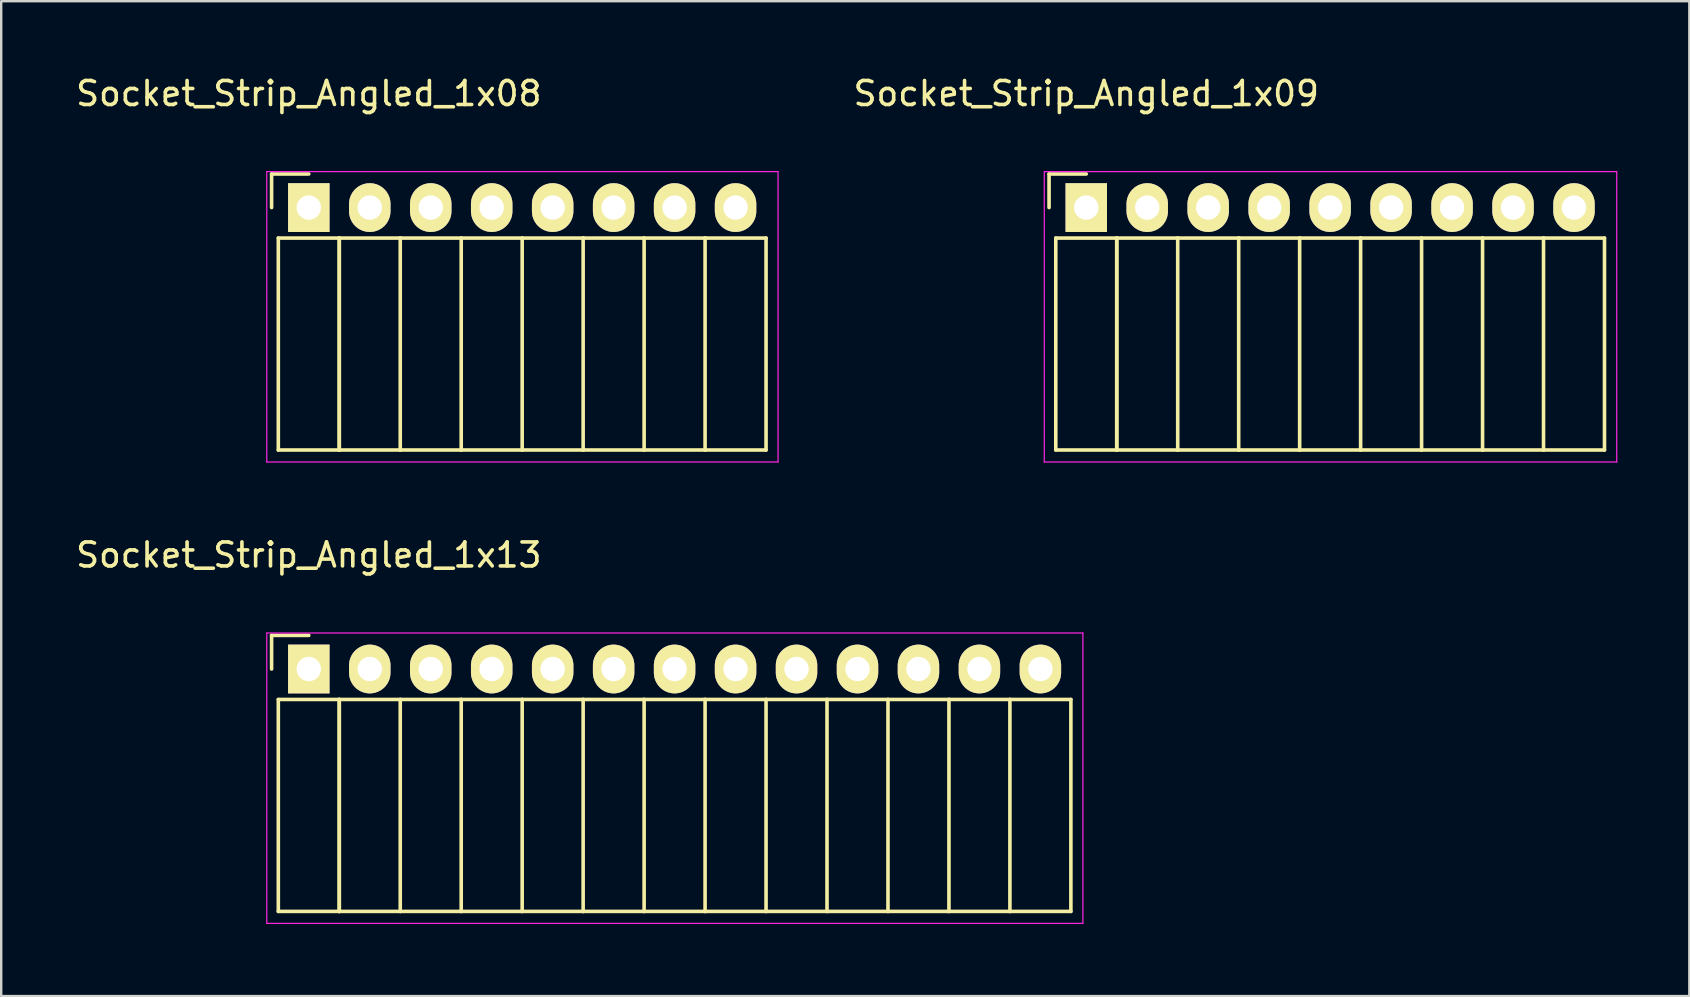
<source format=kicad_pcb>
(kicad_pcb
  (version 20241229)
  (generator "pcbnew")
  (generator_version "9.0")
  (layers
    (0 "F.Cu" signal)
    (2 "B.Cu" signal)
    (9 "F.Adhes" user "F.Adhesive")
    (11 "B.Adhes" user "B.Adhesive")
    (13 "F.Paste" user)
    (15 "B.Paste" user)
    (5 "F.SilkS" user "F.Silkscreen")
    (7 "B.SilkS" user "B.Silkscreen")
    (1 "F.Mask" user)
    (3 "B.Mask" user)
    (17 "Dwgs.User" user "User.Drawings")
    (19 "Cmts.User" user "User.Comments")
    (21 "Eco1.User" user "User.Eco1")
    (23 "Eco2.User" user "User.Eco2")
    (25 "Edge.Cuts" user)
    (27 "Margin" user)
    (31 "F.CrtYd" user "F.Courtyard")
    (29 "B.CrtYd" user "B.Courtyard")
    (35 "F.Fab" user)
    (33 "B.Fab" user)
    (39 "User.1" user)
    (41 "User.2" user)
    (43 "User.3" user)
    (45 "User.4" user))
  (footprint "Socket_Strip_Angled_1x09"
    (layer "F.Cu")
    (at 42.206 5.598)
    (property "Reference" "Socket_Strip_Angled_1x09" (at 0 -4.75 0) (layer "F.SilkS") (effects (font (size 1 1) (thickness 0.15))))
    (attr through_hole)
    (fp_line (start -1.55 -1.4) (end -1.55 0) (stroke (width 0.15) (type solid)) (layer "F.SilkS"))
    (fp_line (start -1.27 1.27) (end -1.27 10.1) (stroke (width 0.15) (type solid)) (layer "F.SilkS"))
    (fp_line (start -1.27 1.27) (end 1.27 1.27) (stroke (width 0.15) (type solid)) (layer "F.SilkS"))
    (fp_line (start -1.27 10.1) (end 1.27 10.1) (stroke (width 0.15) (type solid)) (layer "F.SilkS"))
    (fp_line (start 0 -1.4) (end -1.55 -1.4) (stroke (width 0.15) (type solid)) (layer "F.SilkS"))
    (fp_line (start 1.27 1.27) (end 1.27 10.1) (stroke (width 0.15) (type solid)) (layer "F.SilkS"))
    (fp_line (start 1.27 1.27) (end 3.81 1.27) (stroke (width 0.15) (type solid)) (layer "F.SilkS"))
    (fp_line (start 1.27 10.1) (end 1.27 1.27) (stroke (width 0.15) (type solid)) (layer "F.SilkS"))
    (fp_line (start 1.27 10.1) (end 3.81 10.1) (stroke (width 0.15) (type solid)) (layer "F.SilkS"))
    (fp_line (start 3.81 1.27) (end 6.35 1.27) (stroke (width 0.15) (type solid)) (layer "F.SilkS"))
    (fp_line (start 3.81 10.1) (end 3.81 1.27) (stroke (width 0.15) (type solid)) (layer "F.SilkS"))
    (fp_line (start 3.81 10.1) (end 6.35 10.1) (stroke (width 0.15) (type solid)) (layer "F.SilkS"))
    (fp_line (start 6.35 1.27) (end 8.89 1.27) (stroke (width 0.15) (type solid)) (layer "F.SilkS"))
    (fp_line (start 6.35 10.1) (end 6.35 1.27) (stroke (width 0.15) (type solid)) (layer "F.SilkS"))
    (fp_line (start 6.35 10.1) (end 8.89 10.1) (stroke (width 0.15) (type solid)) (layer "F.SilkS"))
    (fp_line (start 8.89 1.27) (end 11.43 1.27) (stroke (width 0.15) (type solid)) (layer "F.SilkS"))
    (fp_line (start 8.89 10.1) (end 8.89 1.27) (stroke (width 0.15) (type solid)) (layer "F.SilkS"))
    (fp_line (start 8.89 10.1) (end 11.43 10.1) (stroke (width 0.15) (type solid)) (layer "F.SilkS"))
    (fp_line (start 11.43 1.27) (end 13.97 1.27) (stroke (width 0.15) (type solid)) (layer "F.SilkS"))
    (fp_line (start 11.43 10.1) (end 11.43 1.27) (stroke (width 0.15) (type solid)) (layer "F.SilkS"))
    (fp_line (start 11.43 10.1) (end 13.97 10.1) (stroke (width 0.15) (type solid)) (layer "F.SilkS"))
    (fp_line (start 13.97 1.27) (end 16.51 1.27) (stroke (width 0.15) (type solid)) (layer "F.SilkS"))
    (fp_line (start 13.97 10.1) (end 13.97 1.27) (stroke (width 0.15) (type solid)) (layer "F.SilkS"))
    (fp_line (start 13.97 10.1) (end 16.51 10.1) (stroke (width 0.15) (type solid)) (layer "F.SilkS"))
    (fp_line (start 16.51 1.27) (end 19.05 1.27) (stroke (width 0.15) (type solid)) (layer "F.SilkS"))
    (fp_line (start 16.51 10.1) (end 16.51 1.27) (stroke (width 0.15) (type solid)) (layer "F.SilkS"))
    (fp_line (start 16.51 10.1) (end 19.05 10.1) (stroke (width 0.15) (type solid)) (layer "F.SilkS"))
    (fp_line (start 19.05 1.27) (end 21.59 1.27) (stroke (width 0.15) (type solid)) (layer "F.SilkS"))
    (fp_line (start 19.05 10.1) (end 19.05 1.27) (stroke (width 0.15) (type solid)) (layer "F.SilkS"))
    (fp_line (start 19.05 10.1) (end 21.59 10.1) (stroke (width 0.15) (type solid)) (layer "F.SilkS"))
    (fp_line (start 21.59 10.1) (end 21.59 1.27) (stroke (width 0.15) (type solid)) (layer "F.SilkS"))
    (fp_line (start -1.75 -1.5) (end -1.75 10.6) (stroke (width 0.05) (type solid)) (layer "F.CrtYd"))
    (fp_line (start -1.75 -1.5) (end 22.1 -1.5) (stroke (width 0.05) (type solid)) (layer "F.CrtYd"))
    (fp_line (start -1.75 10.6) (end 22.1 10.6) (stroke (width 0.05) (type solid)) (layer "F.CrtYd"))
    (fp_line (start 22.1 -1.5) (end 22.1 10.6) (stroke (width 0.05) (type solid)) (layer "F.CrtYd"))
    (pad "1" thru_hole rect (at 0 0) (size 1.727 2.032) (drill 1.016) (layers "*.Cu" "*.Mask" "F.SilkS"))
    (pad "2" thru_hole oval (at 2.54 0) (size 1.727 2.032) (drill 1.016) (layers "*.Cu" "*.Mask" "F.SilkS"))
    (pad "3" thru_hole oval (at 5.08 0) (size 1.727 2.032) (drill 1.016) (layers "*.Cu" "*.Mask" "F.SilkS"))
    (pad "4" thru_hole oval (at 7.62 0) (size 1.727 2.032) (drill 1.016) (layers "*.Cu" "*.Mask" "F.SilkS"))
    (pad "5" thru_hole oval (at 10.16 0) (size 1.727 2.032) (drill 1.016) (layers "*.Cu" "*.Mask" "F.SilkS"))
    (pad "6" thru_hole oval (at 12.7 0) (size 1.727 2.032) (drill 1.016) (layers "*.Cu" "*.Mask" "F.SilkS"))
    (pad "7" thru_hole oval (at 15.24 0) (size 1.727 2.032) (drill 1.016) (layers "*.Cu" "*.Mask" "F.SilkS"))
    (pad "8" thru_hole oval (at 17.78 0) (size 1.727 2.032) (drill 1.016) (layers "*.Cu" "*.Mask" "F.SilkS"))
    (pad "9" thru_hole oval (at 20.32 0) (size 1.727 2.032) (drill 1.016) (layers "*.Cu" "*.Mask" "F.SilkS")))
  (footprint "Socket_Strip_Angled_1x13"
    (layer "F.Cu")
    (at 9.815 24.822)
    (property "Reference" "Socket_Strip_Angled_1x13" (at 0 -4.75 0) (layer "F.SilkS") (effects (font (size 1 1) (thickness 0.15))))
    (attr through_hole)
    (fp_line (start -1.55 -1.4) (end -1.55 0) (stroke (width 0.15) (type solid)) (layer "F.SilkS"))
    (fp_line (start -1.27 1.27) (end -1.27 10.1) (stroke (width 0.15) (type solid)) (layer "F.SilkS"))
    (fp_line (start -1.27 1.27) (end 1.27 1.27) (stroke (width 0.15) (type solid)) (layer "F.SilkS"))
    (fp_line (start -1.27 10.1) (end 1.27 10.1) (stroke (width 0.15) (type solid)) (layer "F.SilkS"))
    (fp_line (start 0 -1.4) (end -1.55 -1.4) (stroke (width 0.15) (type solid)) (layer "F.SilkS"))
    (fp_line (start 1.27 1.27) (end 1.27 10.1) (stroke (width 0.15) (type solid)) (layer "F.SilkS"))
    (fp_line (start 1.27 1.27) (end 3.81 1.27) (stroke (width 0.15) (type solid)) (layer "F.SilkS"))
    (fp_line (start 1.27 10.1) (end 1.27 1.27) (stroke (width 0.15) (type solid)) (layer "F.SilkS"))
    (fp_line (start 1.27 10.1) (end 3.81 10.1) (stroke (width 0.15) (type solid)) (layer "F.SilkS"))
    (fp_line (start 3.81 1.27) (end 6.35 1.27) (stroke (width 0.15) (type solid)) (layer "F.SilkS"))
    (fp_line (start 3.81 10.1) (end 3.81 1.27) (stroke (width 0.15) (type solid)) (layer "F.SilkS"))
    (fp_line (start 3.81 10.1) (end 6.35 10.1) (stroke (width 0.15) (type solid)) (layer "F.SilkS"))
    (fp_line (start 6.35 1.27) (end 8.89 1.27) (stroke (width 0.15) (type solid)) (layer "F.SilkS"))
    (fp_line (start 6.35 10.1) (end 6.35 1.27) (stroke (width 0.15) (type solid)) (layer "F.SilkS"))
    (fp_line (start 6.35 10.1) (end 8.89 10.1) (stroke (width 0.15) (type solid)) (layer "F.SilkS"))
    (fp_line (start 8.89 1.27) (end 11.43 1.27) (stroke (width 0.15) (type solid)) (layer "F.SilkS"))
    (fp_line (start 8.89 10.1) (end 8.89 1.27) (stroke (width 0.15) (type solid)) (layer "F.SilkS"))
    (fp_line (start 8.89 10.1) (end 11.43 10.1) (stroke (width 0.15) (type solid)) (layer "F.SilkS"))
    (fp_line (start 11.43 1.27) (end 13.97 1.27) (stroke (width 0.15) (type solid)) (layer "F.SilkS"))
    (fp_line (start 11.43 10.1) (end 11.43 1.27) (stroke (width 0.15) (type solid)) (layer "F.SilkS"))
    (fp_line (start 11.43 10.1) (end 13.97 10.1) (stroke (width 0.15) (type solid)) (layer "F.SilkS"))
    (fp_line (start 13.97 1.27) (end 16.51 1.27) (stroke (width 0.15) (type solid)) (layer "F.SilkS"))
    (fp_line (start 13.97 10.1) (end 13.97 1.27) (stroke (width 0.15) (type solid)) (layer "F.SilkS"))
    (fp_line (start 13.97 10.1) (end 16.51 10.1) (stroke (width 0.15) (type solid)) (layer "F.SilkS"))
    (fp_line (start 16.51 1.27) (end 19.05 1.27) (stroke (width 0.15) (type solid)) (layer "F.SilkS"))
    (fp_line (start 16.51 10.1) (end 16.51 1.27) (stroke (width 0.15) (type solid)) (layer "F.SilkS"))
    (fp_line (start 16.51 10.1) (end 19.05 10.1) (stroke (width 0.15) (type solid)) (layer "F.SilkS"))
    (fp_line (start 19.05 1.27) (end 21.59 1.27) (stroke (width 0.15) (type solid)) (layer "F.SilkS"))
    (fp_line (start 19.05 10.1) (end 19.05 1.27) (stroke (width 0.15) (type solid)) (layer "F.SilkS"))
    (fp_line (start 19.05 10.1) (end 21.59 10.1) (stroke (width 0.15) (type solid)) (layer "F.SilkS"))
    (fp_line (start 21.59 1.27) (end 24.13 1.27) (stroke (width 0.15) (type solid)) (layer "F.SilkS"))
    (fp_line (start 21.59 10.1) (end 21.59 1.27) (stroke (width 0.15) (type solid)) (layer "F.SilkS"))
    (fp_line (start 21.59 10.1) (end 24.13 10.1) (stroke (width 0.15) (type solid)) (layer "F.SilkS"))
    (fp_line (start 24.13 1.27) (end 26.67 1.27) (stroke (width 0.15) (type solid)) (layer "F.SilkS"))
    (fp_line (start 24.13 10.1) (end 24.13 1.27) (stroke (width 0.15) (type solid)) (layer "F.SilkS"))
    (fp_line (start 24.13 10.1) (end 26.67 10.1) (stroke (width 0.15) (type solid)) (layer "F.SilkS"))
    (fp_line (start 26.67 1.27) (end 29.21 1.27) (stroke (width 0.15) (type solid)) (layer "F.SilkS"))
    (fp_line (start 26.67 10.1) (end 26.67 1.27) (stroke (width 0.15) (type solid)) (layer "F.SilkS"))
    (fp_line (start 26.67 10.1) (end 29.21 10.1) (stroke (width 0.15) (type solid)) (layer "F.SilkS"))
    (fp_line (start 29.21 1.27) (end 31.75 1.27) (stroke (width 0.15) (type solid)) (layer "F.SilkS"))
    (fp_line (start 29.21 10.1) (end 29.21 1.27) (stroke (width 0.15) (type solid)) (layer "F.SilkS"))
    (fp_line (start 29.21 10.1) (end 31.75 10.1) (stroke (width 0.15) (type solid)) (layer "F.SilkS"))
    (fp_line (start 31.75 10.1) (end 31.75 1.27) (stroke (width 0.15) (type solid)) (layer "F.SilkS"))
    (fp_line (start -1.75 -1.5) (end -1.75 10.6) (stroke (width 0.05) (type solid)) (layer "F.CrtYd"))
    (fp_line (start -1.75 -1.5) (end 32.25 -1.5) (stroke (width 0.05) (type solid)) (layer "F.CrtYd"))
    (fp_line (start -1.75 10.6) (end 32.25 10.6) (stroke (width 0.05) (type solid)) (layer "F.CrtYd"))
    (fp_line (start 32.25 -1.5) (end 32.25 10.6) (stroke (width 0.05) (type solid)) (layer "F.CrtYd"))
    (pad "1" thru_hole rect (at 0 0) (size 1.727 2.032) (drill 1.016) (layers "*.Cu" "*.Mask" "F.SilkS"))
    (pad "2" thru_hole oval (at 2.54 0) (size 1.727 2.032) (drill 1.016) (layers "*.Cu" "*.Mask" "F.SilkS"))
    (pad "3" thru_hole oval (at 5.08 0) (size 1.727 2.032) (drill 1.016) (layers "*.Cu" "*.Mask" "F.SilkS"))
    (pad "4" thru_hole oval (at 7.62 0) (size 1.727 2.032) (drill 1.016) (layers "*.Cu" "*.Mask" "F.SilkS"))
    (pad "5" thru_hole oval (at 10.16 0) (size 1.727 2.032) (drill 1.016) (layers "*.Cu" "*.Mask" "F.SilkS"))
    (pad "6" thru_hole oval (at 12.7 0) (size 1.727 2.032) (drill 1.016) (layers "*.Cu" "*.Mask" "F.SilkS"))
    (pad "7" thru_hole oval (at 15.24 0) (size 1.727 2.032) (drill 1.016) (layers "*.Cu" "*.Mask" "F.SilkS"))
    (pad "8" thru_hole oval (at 17.78 0) (size 1.727 2.032) (drill 1.016) (layers "*.Cu" "*.Mask" "F.SilkS"))
    (pad "9" thru_hole oval (at 20.32 0) (size 1.727 2.032) (drill 1.016) (layers "*.Cu" "*.Mask" "F.SilkS"))
    (pad "10" thru_hole oval (at 22.86 0) (size 1.727 2.032) (drill 1.016) (layers "*.Cu" "*.Mask" "F.SilkS"))
    (pad "11" thru_hole oval (at 25.4 0) (size 1.727 2.032) (drill 1.016) (layers "*.Cu" "*.Mask" "F.SilkS"))
    (pad "12" thru_hole oval (at 27.94 0) (size 1.727 2.032) (drill 1.016) (layers "*.Cu" "*.Mask" "F.SilkS"))
    (pad "13" thru_hole oval (at 30.48 0) (size 1.727 2.032) (drill 1.016) (layers "*.Cu" "*.Mask" "F.SilkS")))
  (footprint "Socket_Strip_Angled_1x08"
    (layer "F.Cu")
    (at 9.815 5.598)
    (property "Reference" "Socket_Strip_Angled_1x08" (at 0 -4.75 0) (layer "F.SilkS") (effects (font (size 1 1) (thickness 0.15))))
    (attr through_hole)
    (fp_line (start -1.55 -1.4) (end -1.55 0) (stroke (width 0.15) (type solid)) (layer "F.SilkS"))
    (fp_line (start -1.27 1.27) (end -1.27 10.1) (stroke (width 0.15) (type solid)) (layer "F.SilkS"))
    (fp_line (start -1.27 1.27) (end 1.27 1.27) (stroke (width 0.15) (type solid)) (layer "F.SilkS"))
    (fp_line (start -1.27 10.1) (end 1.27 10.1) (stroke (width 0.15) (type solid)) (layer "F.SilkS"))
    (fp_line (start 0 -1.4) (end -1.55 -1.4) (stroke (width 0.15) (type solid)) (layer "F.SilkS"))
    (fp_line (start 1.27 1.27) (end 1.27 10.1) (stroke (width 0.15) (type solid)) (layer "F.SilkS"))
    (fp_line (start 1.27 1.27) (end 3.81 1.27) (stroke (width 0.15) (type solid)) (layer "F.SilkS"))
    (fp_line (start 1.27 10.1) (end 1.27 1.27) (stroke (width 0.15) (type solid)) (layer "F.SilkS"))
    (fp_line (start 1.27 10.1) (end 3.81 10.1) (stroke (width 0.15) (type solid)) (layer "F.SilkS"))
    (fp_line (start 3.81 1.27) (end 6.35 1.27) (stroke (width 0.15) (type solid)) (layer "F.SilkS"))
    (fp_line (start 3.81 10.1) (end 3.81 1.27) (stroke (width 0.15) (type solid)) (layer "F.SilkS"))
    (fp_line (start 3.81 10.1) (end 6.35 10.1) (stroke (width 0.15) (type solid)) (layer "F.SilkS"))
    (fp_line (start 6.35 1.27) (end 8.89 1.27) (stroke (width 0.15) (type solid)) (layer "F.SilkS"))
    (fp_line (start 6.35 10.1) (end 6.35 1.27) (stroke (width 0.15) (type solid)) (layer "F.SilkS"))
    (fp_line (start 6.35 10.1) (end 8.89 10.1) (stroke (width 0.15) (type solid)) (layer "F.SilkS"))
    (fp_line (start 8.89 1.27) (end 11.43 1.27) (stroke (width 0.15) (type solid)) (layer "F.SilkS"))
    (fp_line (start 8.89 10.1) (end 8.89 1.27) (stroke (width 0.15) (type solid)) (layer "F.SilkS"))
    (fp_line (start 8.89 10.1) (end 11.43 10.1) (stroke (width 0.15) (type solid)) (layer "F.SilkS"))
    (fp_line (start 11.43 1.27) (end 13.97 1.27) (stroke (width 0.15) (type solid)) (layer "F.SilkS"))
    (fp_line (start 11.43 10.1) (end 11.43 1.27) (stroke (width 0.15) (type solid)) (layer "F.SilkS"))
    (fp_line (start 11.43 10.1) (end 13.97 10.1) (stroke (width 0.15) (type solid)) (layer "F.SilkS"))
    (fp_line (start 13.97 1.27) (end 16.51 1.27) (stroke (width 0.15) (type solid)) (layer "F.SilkS"))
    (fp_line (start 13.97 10.1) (end 13.97 1.27) (stroke (width 0.15) (type solid)) (layer "F.SilkS"))
    (fp_line (start 13.97 10.1) (end 16.51 10.1) (stroke (width 0.15) (type solid)) (layer "F.SilkS"))
    (fp_line (start 16.51 1.27) (end 19.05 1.27) (stroke (width 0.15) (type solid)) (layer "F.SilkS"))
    (fp_line (start 16.51 10.1) (end 16.51 1.27) (stroke (width 0.15) (type solid)) (layer "F.SilkS"))
    (fp_line (start 16.51 10.1) (end 19.05 10.1) (stroke (width 0.15) (type solid)) (layer "F.SilkS"))
    (fp_line (start 19.05 10.1) (end 19.05 1.27) (stroke (width 0.15) (type solid)) (layer "F.SilkS"))
    (fp_line (start -1.75 -1.5) (end -1.75 10.6) (stroke (width 0.05) (type solid)) (layer "F.CrtYd"))
    (fp_line (start -1.75 -1.5) (end 19.55 -1.5) (stroke (width 0.05) (type solid)) (layer "F.CrtYd"))
    (fp_line (start -1.75 10.6) (end 19.55 10.6) (stroke (width 0.05) (type solid)) (layer "F.CrtYd"))
    (fp_line (start 19.55 -1.5) (end 19.55 10.6) (stroke (width 0.05) (type solid)) (layer "F.CrtYd"))
    (pad "1" thru_hole rect (at 0 0) (size 1.727 2.032) (drill 1.016) (layers "*.Cu" "*.Mask" "F.SilkS"))
    (pad "2" thru_hole oval (at 2.54 0) (size 1.727 2.032) (drill 1.016) (layers "*.Cu" "*.Mask" "F.SilkS"))
    (pad "3" thru_hole oval (at 5.08 0) (size 1.727 2.032) (drill 1.016) (layers "*.Cu" "*.Mask" "F.SilkS"))
    (pad "4" thru_hole oval (at 7.62 0) (size 1.727 2.032) (drill 1.016) (layers "*.Cu" "*.Mask" "F.SilkS"))
    (pad "5" thru_hole oval (at 10.16 0) (size 1.727 2.032) (drill 1.016) (layers "*.Cu" "*.Mask" "F.SilkS"))
    (pad "6" thru_hole oval (at 12.7 0) (size 1.727 2.032) (drill 1.016) (layers "*.Cu" "*.Mask" "F.SilkS"))
    (pad "7" thru_hole oval (at 15.24 0) (size 1.727 2.032) (drill 1.016) (layers "*.Cu" "*.Mask" "F.SilkS"))
    (pad "8" thru_hole oval (at 17.78 0) (size 1.727 2.032) (drill 1.016) (layers "*.Cu" "*.Mask" "F.SilkS")))
  (gr_rect
    (start -3 -3)
    (end 67.331 38.447)
    (stroke (width 0.1) (type default))
    (fill no)
    (layer "Edge.Cuts")))
</source>
